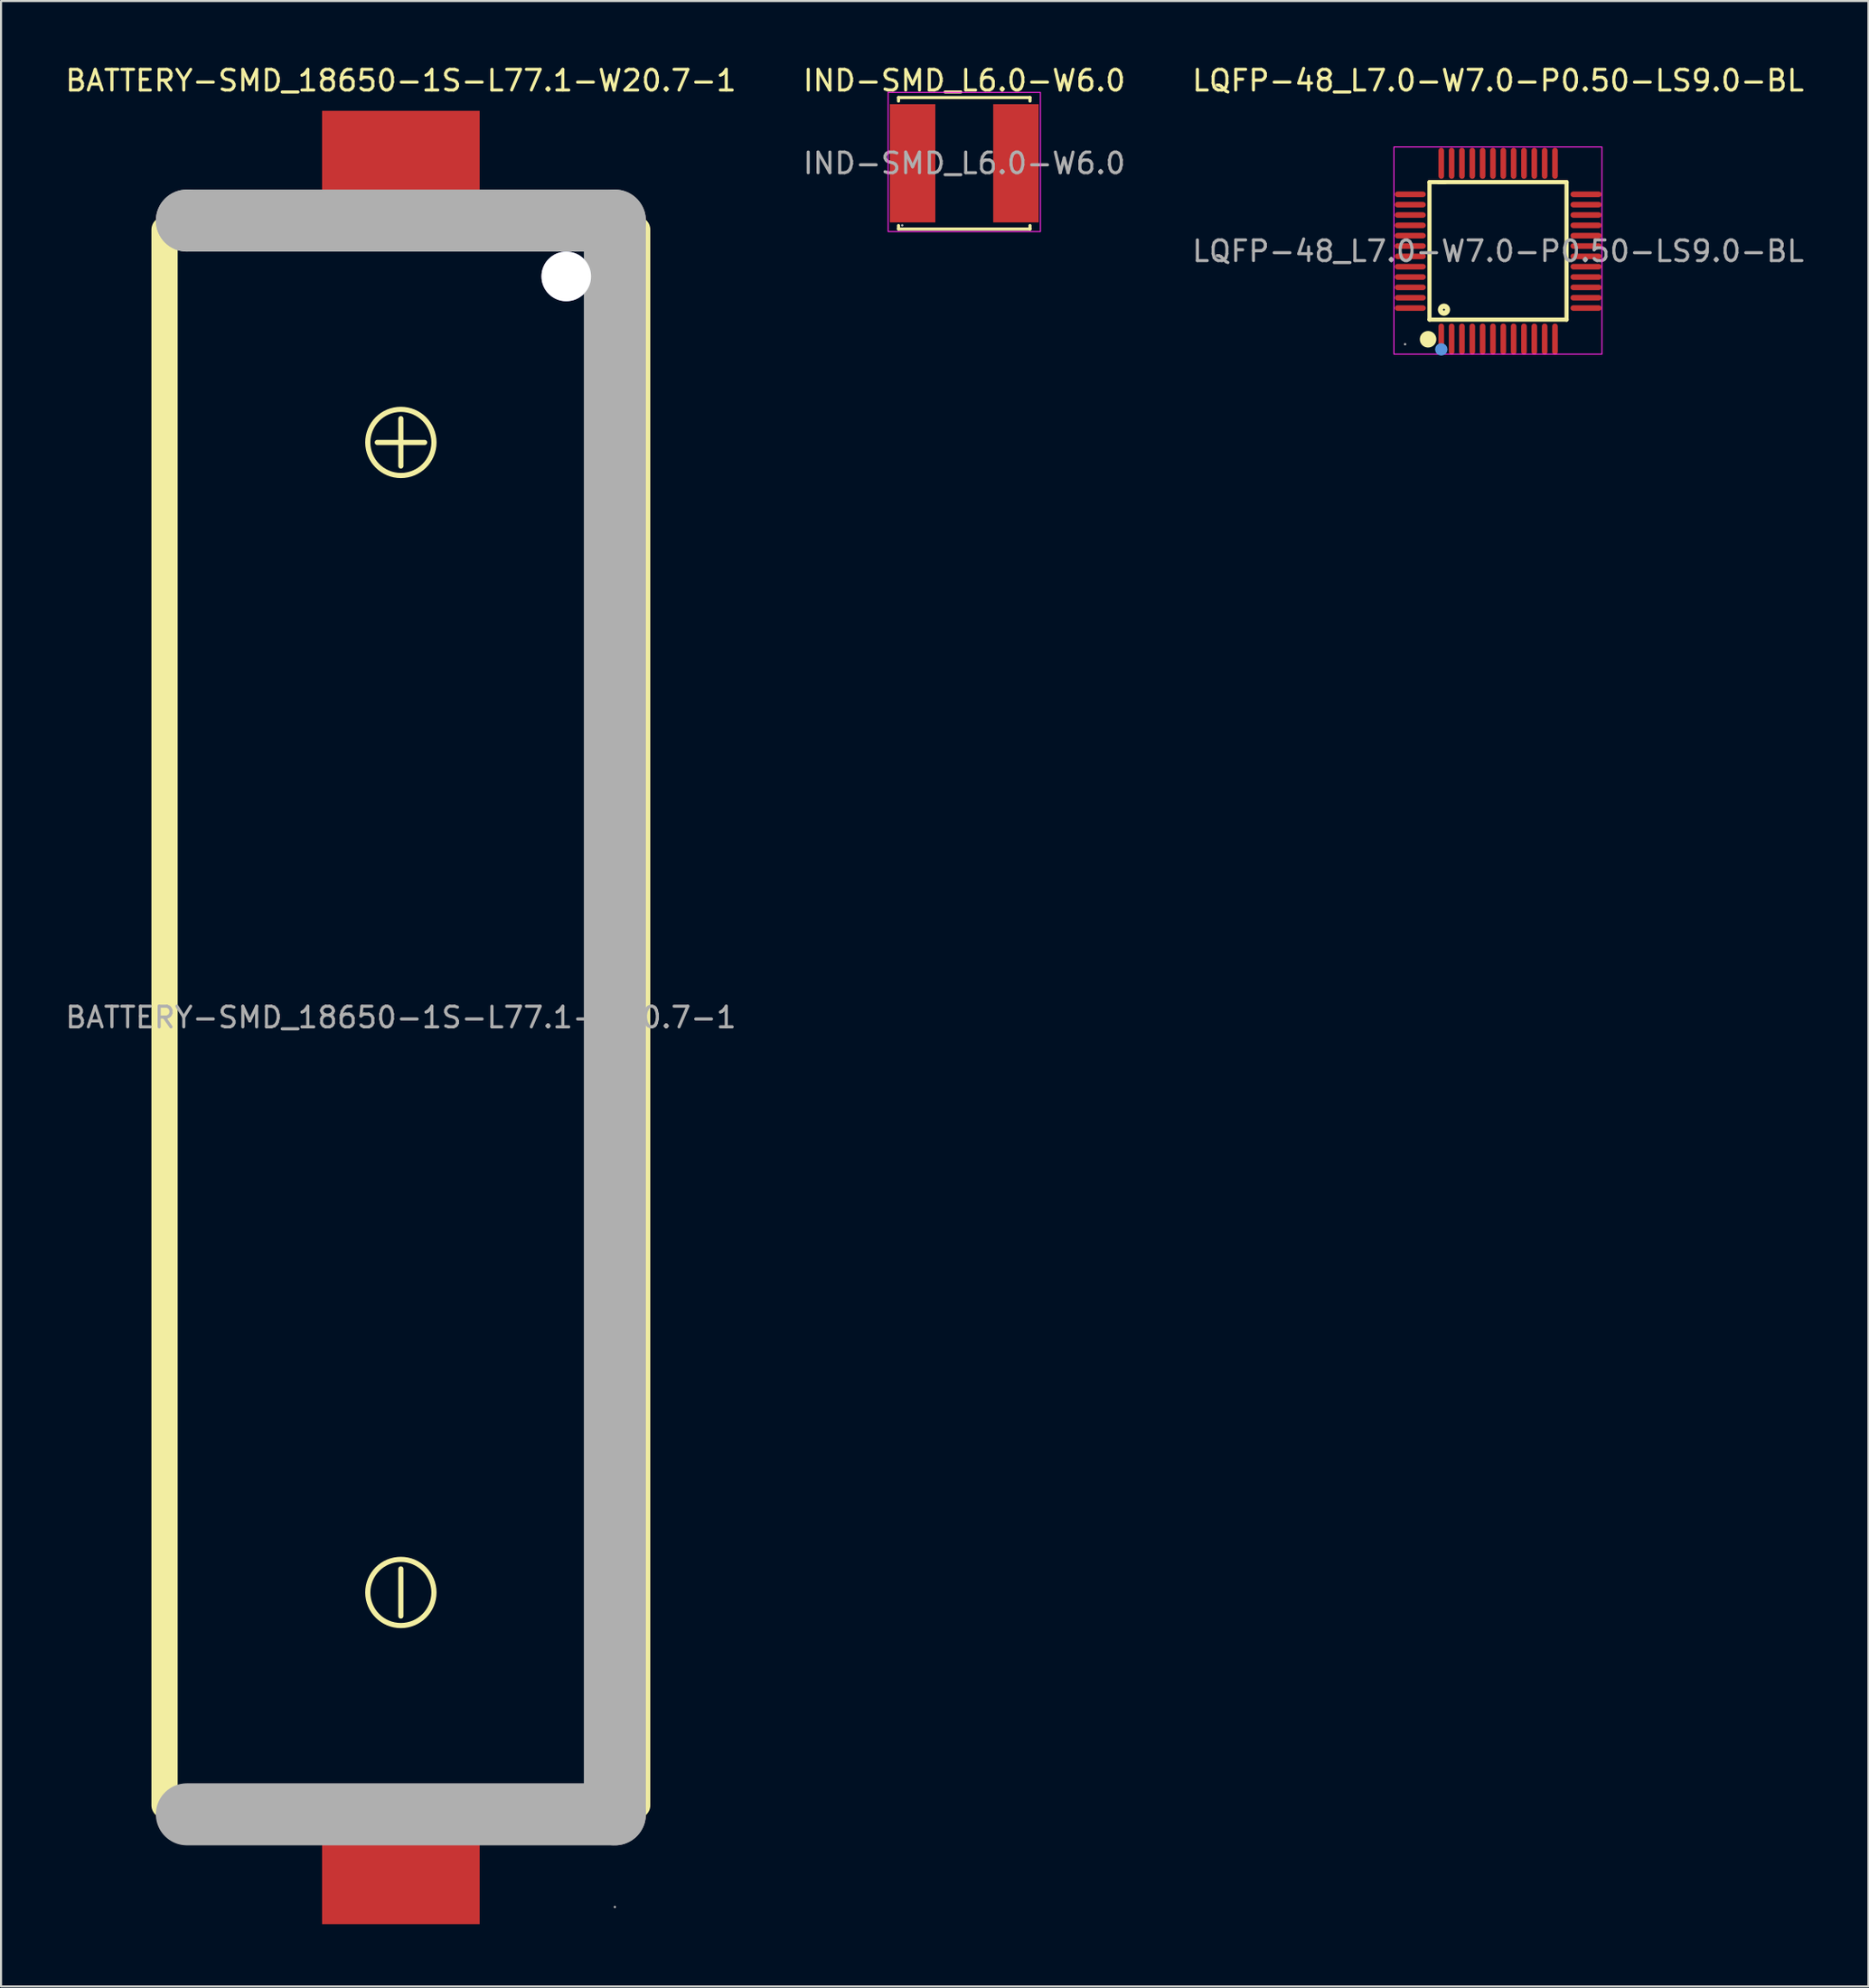
<source format=kicad_pcb>
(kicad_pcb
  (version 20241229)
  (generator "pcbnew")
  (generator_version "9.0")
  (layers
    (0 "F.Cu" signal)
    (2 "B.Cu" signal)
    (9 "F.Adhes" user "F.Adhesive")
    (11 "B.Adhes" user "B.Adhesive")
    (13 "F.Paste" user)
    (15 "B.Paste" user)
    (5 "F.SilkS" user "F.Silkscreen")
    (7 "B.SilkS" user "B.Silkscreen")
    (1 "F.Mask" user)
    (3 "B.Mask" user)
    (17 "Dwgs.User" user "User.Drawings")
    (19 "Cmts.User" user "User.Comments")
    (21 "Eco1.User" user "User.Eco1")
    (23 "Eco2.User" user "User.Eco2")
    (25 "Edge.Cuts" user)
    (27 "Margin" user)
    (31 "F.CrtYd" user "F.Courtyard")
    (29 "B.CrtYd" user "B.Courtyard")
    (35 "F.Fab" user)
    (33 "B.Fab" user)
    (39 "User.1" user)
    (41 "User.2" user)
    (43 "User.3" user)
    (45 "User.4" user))
  (footprint "IND-SMD_L6.0-W6.0"
    (layer "F.Cu")
    (at 43.589 4.848)
    (property "Reference" "IND-SMD_L6.0-W6.0" (at 0 -4 0) (layer "F.SilkS") (effects (font (size 1 1) (thickness 0.15))))
    (attr smd)
    (fp_line (start -3.18 -3.18) (end 3.18 -3.18) (stroke (width 0.15) (type solid)) (layer "F.SilkS"))
    (fp_line (start -3.18 -3.01) (end -3.18 -3.18) (stroke (width 0.15) (type solid)) (layer "F.SilkS"))
    (fp_line (start -3.18 3.01) (end -3.18 3.18) (stroke (width 0.15) (type solid)) (layer "F.SilkS"))
    (fp_line (start -3.18 3.18) (end 3.18 3.18) (stroke (width 0.15) (type solid)) (layer "F.SilkS"))
    (fp_line (start 3.18 -3.18) (end 3.18 -3.01) (stroke (width 0.15) (type solid)) (layer "F.SilkS"))
    (fp_line (start 3.18 3.18) (end 3.18 3.01) (stroke (width 0.15) (type solid)) (layer "F.SilkS"))
    (fp_rect (start -3.683 -3.429) (end 3.683 3.302) (stroke (width 0.05) (type default)) (fill no) (layer "F.CrtYd"))
    (fp_circle (center -3 3) (end -2.97 3) (stroke (width 0.06) (type solid)) (fill no) (layer "F.Fab"))
    (fp_text user "${REFERENCE}" (at 0 0 0) (layer "F.Fab") (effects (font (size 1 1) (thickness 0.15))))
    (pad "1" smd rect (at -2.5 0) (size 2.2 5.72) (layers "F.Cu" "F.Mask" "F.Paste"))
    (pad "2" smd rect (at 2.5 0) (size 2.2 5.72) (layers "F.Cu" "F.Mask" "F.Paste")))
  (footprint "LQFP-48_L7.0-W7.0-P0.50-LS9.0-BL"
    (layer "F.Cu")
    (at 69.411 9.098)
    (property "Reference" "LQFP-48_L7.0-W7.0-P0.50-LS9.0-BL" (at 0 -8.25 0) (layer "F.SilkS") (effects (font (size 1 1) (thickness 0.15))))
    (attr smd)
    (fp_line (start -3.32 -3.34) (end -2.56 -3.34) (stroke (width 0.2) (type solid)) (layer "F.SilkS"))
    (fp_line (start -3.32 3.31) (end -3.32 -3.34) (stroke (width 0.2) (type solid)) (layer "F.SilkS"))
    (fp_line (start -2.89 -3.34) (end 3.31 -3.34) (stroke (width 0.2) (type solid)) (layer "F.SilkS"))
    (fp_line (start 3.31 -3.34) (end 3.31 3.31) (stroke (width 0.2) (type solid)) (layer "F.SilkS"))
    (fp_line (start 3.31 3.31) (end -3.32 3.31) (stroke (width 0.2) (type solid)) (layer "F.SilkS"))
    (fp_arc (start -3.38 4.06) (mid -3.394988 4.460188) (end -3.390027 4.05975) (stroke (width 0.4) (type solid)) (layer "F.SilkS"))
    (fp_circle (center -2.62 2.83) (end -2.45 2.83) (stroke (width 0.25) (type solid)) (fill no) (layer "F.SilkS"))
    (fp_circle (center -2.75 4.75) (end -2.6 4.75) (stroke (width 0.3) (type solid)) (fill no) (layer "Cmts.User"))
    (fp_rect (start -5.04 -5.04) (end 5.02 4.98) (stroke (width 0.05) (type default)) (fill no) (layer "F.CrtYd"))
    (fp_circle (center -4.5 4.5) (end -4.47 4.5) (stroke (width 0.06) (type solid)) (fill no) (layer "F.Fab"))
    (fp_text user "${REFERENCE}" (at 0 0 0) (layer "F.Fab") (effects (font (size 1 1) (thickness 0.15))))
    (pad "1" smd oval (at -2.75 4.25) (size 0.27 1.5) (layers "F.Cu" "F.Mask" "F.Paste"))
    (pad "2" smd oval (at -2.25 4.25) (size 0.27 1.5) (layers "F.Cu" "F.Mask" "F.Paste"))
    (pad "3" smd oval (at -1.75 4.25) (size 0.27 1.5) (layers "F.Cu" "F.Mask" "F.Paste"))
    (pad "4" smd oval (at -1.25 4.25) (size 0.27 1.5) (layers "F.Cu" "F.Mask" "F.Paste"))
    (pad "5" smd oval (at -0.75 4.25) (size 0.27 1.5) (layers "F.Cu" "F.Mask" "F.Paste"))
    (pad "6" smd oval (at -0.25 4.25) (size 0.27 1.5) (layers "F.Cu" "F.Mask" "F.Paste"))
    (pad "7" smd oval (at 0.25 4.25) (size 0.27 1.5) (layers "F.Cu" "F.Mask" "F.Paste"))
    (pad "8" smd oval (at 0.75 4.25) (size 0.27 1.5) (layers "F.Cu" "F.Mask" "F.Paste"))
    (pad "9" smd oval (at 1.25 4.25) (size 0.27 1.5) (layers "F.Cu" "F.Mask" "F.Paste"))
    (pad "10" smd oval (at 1.75 4.25) (size 0.27 1.5) (layers "F.Cu" "F.Mask" "F.Paste"))
    (pad "11" smd oval (at 2.25 4.25) (size 0.27 1.5) (layers "F.Cu" "F.Mask" "F.Paste"))
    (pad "12" smd oval (at 2.75 4.25) (size 0.27 1.5) (layers "F.Cu" "F.Mask" "F.Paste"))
    (pad "13" smd oval (at 4.25 2.75) (size 1.5 0.27) (layers "F.Cu" "F.Mask" "F.Paste"))
    (pad "14" smd oval (at 4.25 2.25) (size 1.5 0.27) (layers "F.Cu" "F.Mask" "F.Paste"))
    (pad "15" smd oval (at 4.25 1.75) (size 1.5 0.27) (layers "F.Cu" "F.Mask" "F.Paste"))
    (pad "16" smd oval (at 4.25 1.25) (size 1.5 0.27) (layers "F.Cu" "F.Mask" "F.Paste"))
    (pad "17" smd oval (at 4.25 0.75) (size 1.5 0.27) (layers "F.Cu" "F.Mask" "F.Paste"))
    (pad "18" smd oval (at 4.25 0.25) (size 1.5 0.27) (layers "F.Cu" "F.Mask" "F.Paste"))
    (pad "19" smd oval (at 4.25 -0.25) (size 1.5 0.27) (layers "F.Cu" "F.Mask" "F.Paste"))
    (pad "20" smd oval (at 4.25 -0.75) (size 1.5 0.27) (layers "F.Cu" "F.Mask" "F.Paste"))
    (pad "21" smd oval (at 4.25 -1.25) (size 1.5 0.27) (layers "F.Cu" "F.Mask" "F.Paste"))
    (pad "22" smd oval (at 4.25 -1.75) (size 1.5 0.27) (layers "F.Cu" "F.Mask" "F.Paste"))
    (pad "23" smd oval (at 4.25 -2.25) (size 1.5 0.27) (layers "F.Cu" "F.Mask" "F.Paste"))
    (pad "24" smd oval (at 4.25 -2.75) (size 1.5 0.27) (layers "F.Cu" "F.Mask" "F.Paste"))
    (pad "25" smd oval (at 2.75 -4.25) (size 0.27 1.5) (layers "F.Cu" "F.Mask" "F.Paste"))
    (pad "26" smd oval (at 2.25 -4.25) (size 0.27 1.5) (layers "F.Cu" "F.Mask" "F.Paste"))
    (pad "27" smd oval (at 1.75 -4.25) (size 0.27 1.5) (layers "F.Cu" "F.Mask" "F.Paste"))
    (pad "28" smd oval (at 1.25 -4.25) (size 0.27 1.5) (layers "F.Cu" "F.Mask" "F.Paste"))
    (pad "29" smd oval (at 0.75 -4.25) (size 0.27 1.5) (layers "F.Cu" "F.Mask" "F.Paste"))
    (pad "30" smd oval (at 0.25 -4.25) (size 0.27 1.5) (layers "F.Cu" "F.Mask" "F.Paste"))
    (pad "31" smd oval (at -0.25 -4.25) (size 0.27 1.5) (layers "F.Cu" "F.Mask" "F.Paste"))
    (pad "32" smd oval (at -0.75 -4.25) (size 0.27 1.5) (layers "F.Cu" "F.Mask" "F.Paste"))
    (pad "33" smd oval (at -1.25 -4.25) (size 0.27 1.5) (layers "F.Cu" "F.Mask" "F.Paste"))
    (pad "34" smd oval (at -1.75 -4.25) (size 0.27 1.5) (layers "F.Cu" "F.Mask" "F.Paste"))
    (pad "35" smd oval (at -2.25 -4.25) (size 0.27 1.5) (layers "F.Cu" "F.Mask" "F.Paste"))
    (pad "36" smd oval (at -2.75 -4.25) (size 0.27 1.5) (layers "F.Cu" "F.Mask" "F.Paste"))
    (pad "37" smd oval (at -4.25 -2.75) (size 1.5 0.27) (layers "F.Cu" "F.Mask" "F.Paste"))
    (pad "38" smd oval (at -4.25 -2.25) (size 1.5 0.27) (layers "F.Cu" "F.Mask" "F.Paste"))
    (pad "39" smd oval (at -4.25 -1.75) (size 1.5 0.27) (layers "F.Cu" "F.Mask" "F.Paste"))
    (pad "40" smd oval (at -4.25 -1.25) (size 1.5 0.27) (layers "F.Cu" "F.Mask" "F.Paste"))
    (pad "41" smd oval (at -4.25 -0.75) (size 1.5 0.27) (layers "F.Cu" "F.Mask" "F.Paste"))
    (pad "42" smd oval (at -4.25 -0.25) (size 1.5 0.27) (layers "F.Cu" "F.Mask" "F.Paste"))
    (pad "43" smd oval (at -4.25 0.25) (size 1.5 0.27) (layers "F.Cu" "F.Mask" "F.Paste"))
    (pad "44" smd oval (at -4.25 0.75) (size 1.5 0.27) (layers "F.Cu" "F.Mask" "F.Paste"))
    (pad "45" smd oval (at -4.25 1.25) (size 1.5 0.27) (layers "F.Cu" "F.Mask" "F.Paste"))
    (pad "46" smd oval (at -4.25 1.75) (size 1.5 0.27) (layers "F.Cu" "F.Mask" "F.Paste"))
    (pad "47" smd oval (at -4.25 2.25) (size 1.5 0.27) (layers "F.Cu" "F.Mask" "F.Paste"))
    (pad "48" smd oval (at -4.25 2.75) (size 1.5 0.27) (layers "F.Cu" "F.Mask" "F.Paste")))
  (footprint "BATTERY-SMD_18650-1S-L77.1-W20.7-1"
    (layer "F.Cu")
    (at 16.339 46.158)
    (property "Reference" "BATTERY-SMD_18650-1S-L77.1-W20.7-1" (at 0 -45.31 0) (layer "F.SilkS") (effects (font (size 1 1) (thickness 0.15))))
    (attr smd)
    (fp_line (start 0 -28.96) (end 0 -26.67) (stroke (width 0.25) (type solid)) (layer "F.SilkS"))
    (fp_line (start 0 26.67) (end 0 28.95) (stroke (width 0.25) (type solid)) (layer "F.SilkS"))
    (fp_line (start 1.15 -27.81) (end -1.14 -27.81) (stroke (width 0.25) (type solid)) (layer "F.SilkS"))
    (fp_rect (start -11.43 -38.1) (end 11.43 38.1) (stroke (width 1.27) (type default)) (fill no) (layer "F.SilkS"))
    (fp_circle (center 0 -27.81) (end 1.6 -27.81) (stroke (width 0.25) (type solid)) (fill no) (layer "F.SilkS"))
    (fp_circle (center 0 27.81) (end 1.6 27.81) (stroke (width 0.25) (type solid)) (fill no) (layer "F.SilkS"))
    (fp_circle (center 8 -35.84) (end 8.39 -35.84) (stroke (width 0.79) (type solid)) (fill no) (layer "Cmts.User"))
    (fp_rect (start -12.446 -44.069) (end 12.192 43.815) (stroke (width 0.1) (type default)) (fill no) (layer "Margin"))
    (fp_line (start -10.35 -38.54) (end -10.35 -38.54) (stroke (width 3) (type solid)) (layer "F.Fab"))
    (fp_line (start -10.35 -38.54) (end 10.35 -38.54) (stroke (width 3) (type solid)) (layer "F.Fab"))
    (fp_line (start 10.35 -38.54) (end 10.35 38.54) (stroke (width 3) (type solid)) (layer "F.Fab"))
    (fp_line (start 10.35 38.54) (end -10.35 38.54) (stroke (width 3) (type solid)) (layer "F.Fab"))
    (fp_circle (center 10.35 43.02) (end 10.38 43.02) (stroke (width 0.06) (type solid)) (fill no) (layer "F.Fab"))
    (fp_text user "${REFERENCE}" (at 0 0 0) (layer "F.Fab") (effects (font (size 1 1) (thickness 0.15))))
    (pad "" thru_hole circle (at 8 -35.84) (size 2.4 2.4) (drill 2.4) (layers "*.Cu" "*.Mask"))
    (pad "1" smd rect (at 0 41.31) (size 7.62 5.08) (layers "F.Cu" "F.Mask" "F.Paste"))
    (pad "2" smd rect (at 0 -41.31) (size 7.62 5.08) (layers "F.Cu" "F.Mask" "F.Paste")))
  (gr_rect
    (start -3 -3)
    (end 87.321 93.023)
    (stroke (width 0.1) (type default))
    (fill no)
    (layer "Edge.Cuts")))
</source>
